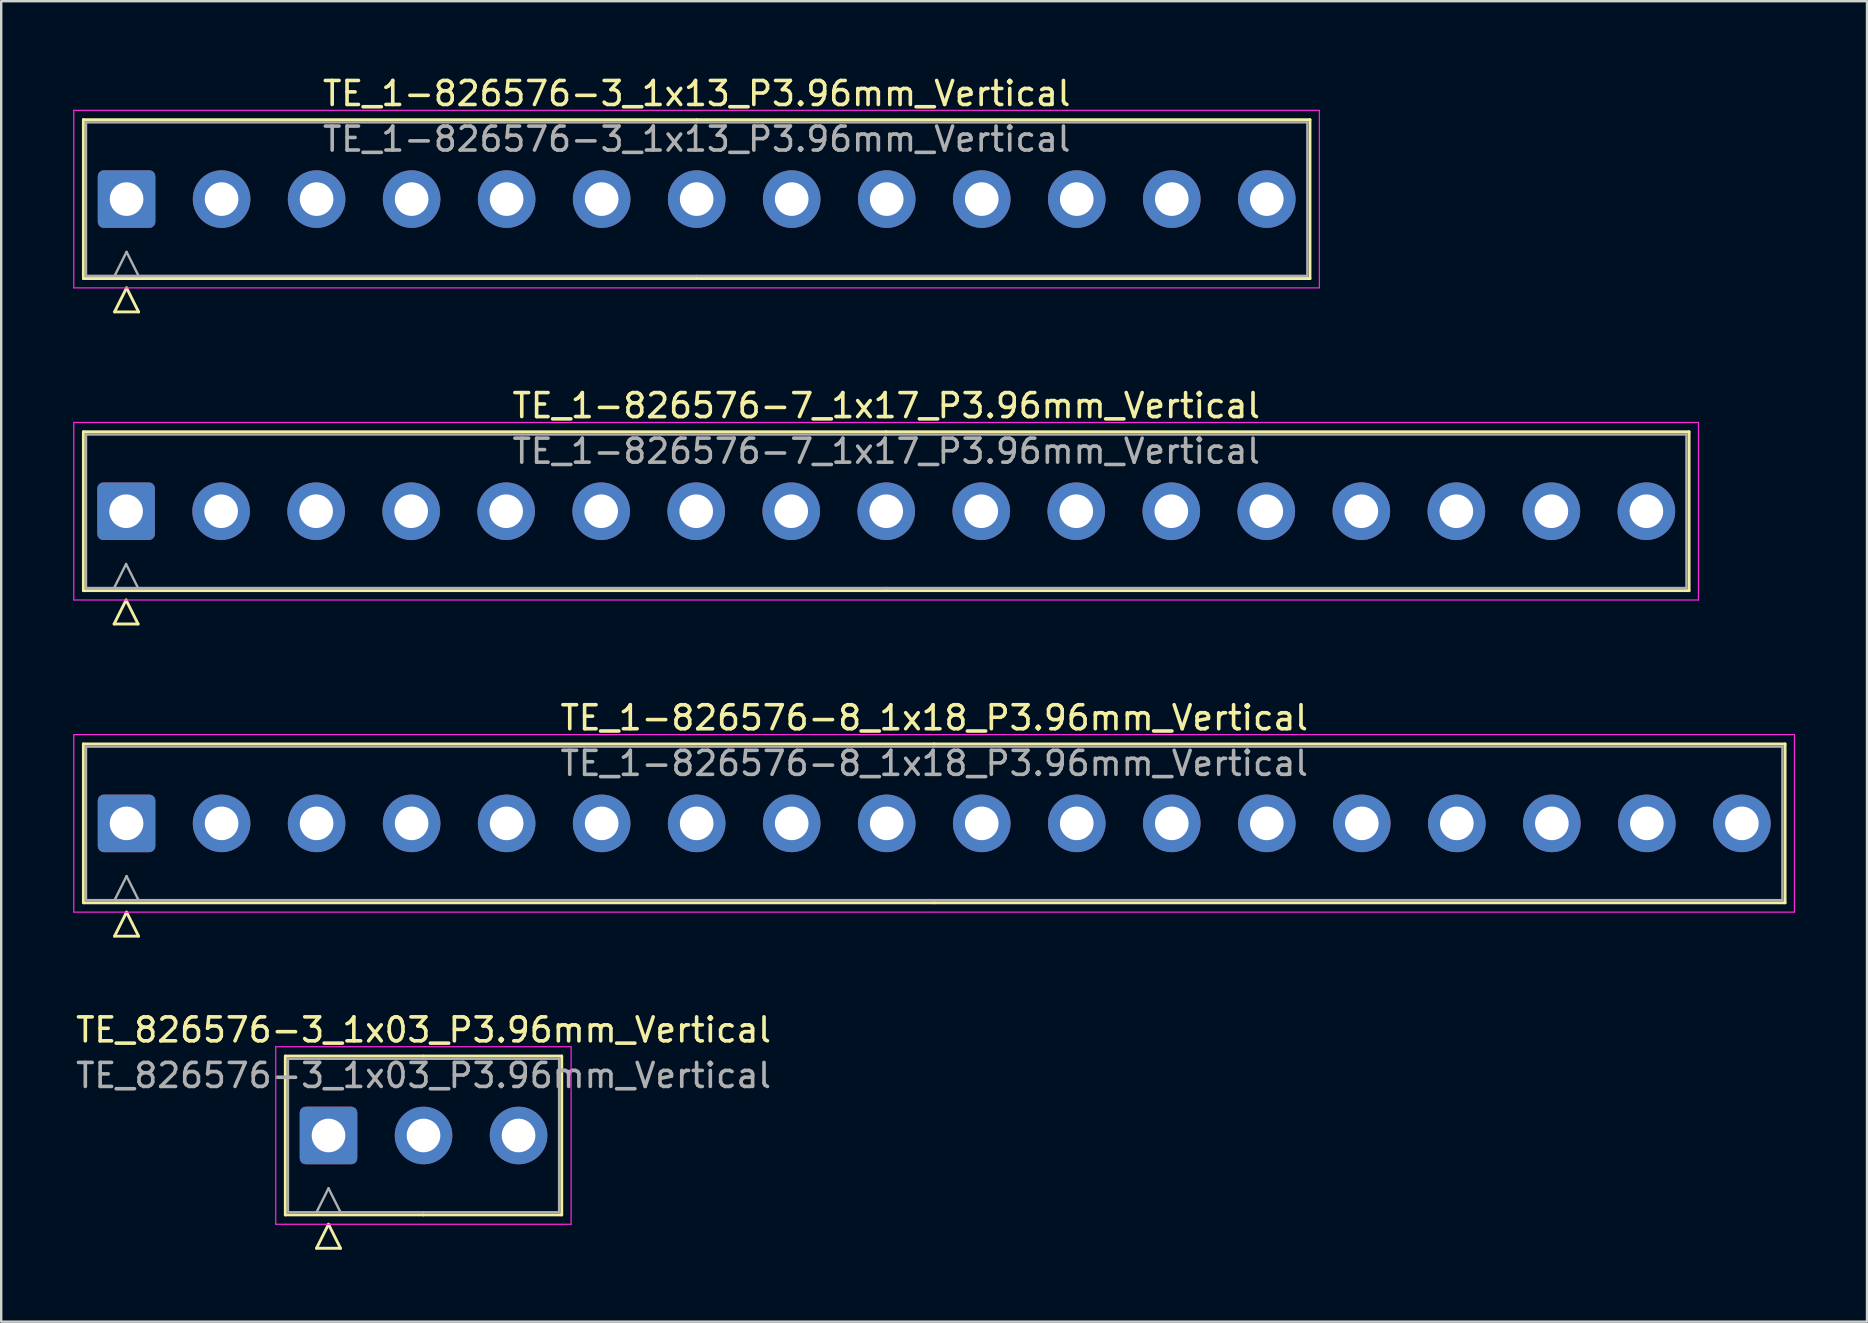
<source format=kicad_pcb>
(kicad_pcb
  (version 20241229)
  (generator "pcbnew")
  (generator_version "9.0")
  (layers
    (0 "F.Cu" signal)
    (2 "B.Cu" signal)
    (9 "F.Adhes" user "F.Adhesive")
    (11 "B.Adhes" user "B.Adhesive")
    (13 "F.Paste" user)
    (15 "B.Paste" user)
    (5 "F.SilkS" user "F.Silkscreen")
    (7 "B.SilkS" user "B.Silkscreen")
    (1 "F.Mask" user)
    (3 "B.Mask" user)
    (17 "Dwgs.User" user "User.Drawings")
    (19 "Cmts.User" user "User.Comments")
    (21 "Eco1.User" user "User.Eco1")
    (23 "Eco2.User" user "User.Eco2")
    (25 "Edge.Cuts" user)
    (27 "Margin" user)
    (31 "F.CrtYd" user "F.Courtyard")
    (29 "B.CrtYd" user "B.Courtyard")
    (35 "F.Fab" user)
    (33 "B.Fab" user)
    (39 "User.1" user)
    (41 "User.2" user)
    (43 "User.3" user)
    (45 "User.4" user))
  (footprint "TE_1-826576-8_1x18_P3.96mm_Vertical"
    (layer "F.Cu")
    (at 2.225 31.265)
    (property "Reference" "TE_1-826576-8_1x18_P3.96mm_Vertical" (at 33.66 -4.4 0) (layer "F.SilkS") (effects (font (size 1 1) (thickness 0.15))))
    (attr through_hole)
    (fp_line (start -1.8 -3.31) (end -1.8 3.31) (stroke (width 0.12) (type solid)) (layer "F.SilkS"))
    (fp_line (start -1.8 3.31) (end 33.66 3.31) (stroke (width 0.12) (type solid)) (layer "F.SilkS"))
    (fp_line (start -0.5 4.7) (end 0 3.7) (stroke (width 0.12) (type solid)) (layer "F.SilkS"))
    (fp_line (start 0 3.7) (end 0.5 4.7) (stroke (width 0.12) (type solid)) (layer "F.SilkS"))
    (fp_line (start 0.5 4.7) (end -0.5 4.7) (stroke (width 0.12) (type solid)) (layer "F.SilkS"))
    (fp_line (start 33.66 -3.31) (end -1.8 -3.31) (stroke (width 0.12) (type solid)) (layer "F.SilkS"))
    (fp_line (start 33.66 -3.31) (end 69.12 -3.31) (stroke (width 0.12) (type solid)) (layer "F.SilkS"))
    (fp_line (start 69.12 -3.31) (end 69.12 3.31) (stroke (width 0.12) (type solid)) (layer "F.SilkS"))
    (fp_line (start 69.12 3.31) (end 33.66 3.31) (stroke (width 0.12) (type solid)) (layer "F.SilkS"))
    (fp_line (start -2.2 -3.7) (end -2.2 3.7) (stroke (width 0.05) (type solid)) (layer "F.CrtYd"))
    (fp_line (start -2.2 3.7) (end 69.51 3.7) (stroke (width 0.05) (type solid)) (layer "F.CrtYd"))
    (fp_line (start 69.51 -3.7) (end -2.2 -3.7) (stroke (width 0.05) (type solid)) (layer "F.CrtYd"))
    (fp_line (start 69.51 3.7) (end 69.51 -3.7) (stroke (width 0.05) (type solid)) (layer "F.CrtYd"))
    (fp_line (start -1.69 -3.2) (end -1.69 3.2) (stroke (width 0.1) (type solid)) (layer "F.Fab"))
    (fp_line (start -1.69 3.2) (end 33.66 3.2) (stroke (width 0.1) (type solid)) (layer "F.Fab"))
    (fp_line (start -0.5 3.2) (end 0 2.2) (stroke (width 0.1) (type solid)) (layer "F.Fab"))
    (fp_line (start 0 2.2) (end 0.5 3.2) (stroke (width 0.1) (type solid)) (layer "F.Fab"))
    (fp_line (start 33.66 -3.2) (end -1.69 -3.2) (stroke (width 0.1) (type solid)) (layer "F.Fab"))
    (fp_line (start 33.66 -3.2) (end 69.01 -3.2) (stroke (width 0.1) (type solid)) (layer "F.Fab"))
    (fp_line (start 69.01 -3.2) (end 69.01 3.2) (stroke (width 0.1) (type solid)) (layer "F.Fab"))
    (fp_line (start 69.01 3.2) (end 33.66 3.2) (stroke (width 0.1) (type solid)) (layer "F.Fab"))
    (fp_text user "${REFERENCE}" (at 33.66 -2.5 0) (layer "F.Fab") (effects (font (size 1 1) (thickness 0.15))))
    (pad "1" thru_hole roundrect (at 0 0) (size 2.4 2.4) (drill 1.4) (layers "*.Cu" "*.Mask") (roundrect_rratio 0.104))
    (pad "2" thru_hole circle (at 3.96 0) (size 2.4 2.4) (drill 1.4) (layers "*.Cu" "*.Mask"))
    (pad "3" thru_hole circle (at 7.92 0) (size 2.4 2.4) (drill 1.4) (layers "*.Cu" "*.Mask"))
    (pad "4" thru_hole circle (at 11.88 0) (size 2.4 2.4) (drill 1.4) (layers "*.Cu" "*.Mask"))
    (pad "5" thru_hole circle (at 15.84 0) (size 2.4 2.4) (drill 1.4) (layers "*.Cu" "*.Mask"))
    (pad "6" thru_hole circle (at 19.8 0) (size 2.4 2.4) (drill 1.4) (layers "*.Cu" "*.Mask"))
    (pad "7" thru_hole circle (at 23.76 0) (size 2.4 2.4) (drill 1.4) (layers "*.Cu" "*.Mask"))
    (pad "8" thru_hole circle (at 27.72 0) (size 2.4 2.4) (drill 1.4) (layers "*.Cu" "*.Mask"))
    (pad "9" thru_hole circle (at 31.68 0) (size 2.4 2.4) (drill 1.4) (layers "*.Cu" "*.Mask"))
    (pad "10" thru_hole circle (at 35.64 0) (size 2.4 2.4) (drill 1.4) (layers "*.Cu" "*.Mask"))
    (pad "11" thru_hole circle (at 39.6 0) (size 2.4 2.4) (drill 1.4) (layers "*.Cu" "*.Mask"))
    (pad "12" thru_hole circle (at 43.56 0) (size 2.4 2.4) (drill 1.4) (layers "*.Cu" "*.Mask"))
    (pad "13" thru_hole circle (at 47.52 0) (size 2.4 2.4) (drill 1.4) (layers "*.Cu" "*.Mask"))
    (pad "14" thru_hole circle (at 51.48 0) (size 2.4 2.4) (drill 1.4) (layers "*.Cu" "*.Mask"))
    (pad "15" thru_hole circle (at 55.44 0) (size 2.4 2.4) (drill 1.4) (layers "*.Cu" "*.Mask"))
    (pad "16" thru_hole circle (at 59.4 0) (size 2.4 2.4) (drill 1.4) (layers "*.Cu" "*.Mask"))
    (pad "17" thru_hole circle (at 63.36 0) (size 2.4 2.4) (drill 1.4) (layers "*.Cu" "*.Mask"))
    (pad "18" thru_hole circle (at 67.32 0) (size 2.4 2.4) (drill 1.4) (layers "*.Cu" "*.Mask")))
  (footprint "TE_1-826576-3_1x13_P3.96mm_Vertical"
    (layer "F.Cu")
    (at 2.225 5.248)
    (property "Reference" "TE_1-826576-3_1x13_P3.96mm_Vertical" (at 23.76 -4.4 0) (layer "F.SilkS") (effects (font (size 1 1) (thickness 0.15))))
    (attr through_hole)
    (fp_line (start -1.8 -3.31) (end -1.8 3.31) (stroke (width 0.12) (type solid)) (layer "F.SilkS"))
    (fp_line (start -1.8 3.31) (end 23.76 3.31) (stroke (width 0.12) (type solid)) (layer "F.SilkS"))
    (fp_line (start -0.5 4.7) (end 0 3.7) (stroke (width 0.12) (type solid)) (layer "F.SilkS"))
    (fp_line (start 0 3.7) (end 0.5 4.7) (stroke (width 0.12) (type solid)) (layer "F.SilkS"))
    (fp_line (start 0.5 4.7) (end -0.5 4.7) (stroke (width 0.12) (type solid)) (layer "F.SilkS"))
    (fp_line (start 23.76 -3.31) (end -1.8 -3.31) (stroke (width 0.12) (type solid)) (layer "F.SilkS"))
    (fp_line (start 23.76 -3.31) (end 49.32 -3.31) (stroke (width 0.12) (type solid)) (layer "F.SilkS"))
    (fp_line (start 49.32 -3.31) (end 49.32 3.31) (stroke (width 0.12) (type solid)) (layer "F.SilkS"))
    (fp_line (start 49.32 3.31) (end 23.76 3.31) (stroke (width 0.12) (type solid)) (layer "F.SilkS"))
    (fp_line (start -2.2 -3.7) (end -2.2 3.7) (stroke (width 0.05) (type solid)) (layer "F.CrtYd"))
    (fp_line (start -2.2 3.7) (end 49.71 3.7) (stroke (width 0.05) (type solid)) (layer "F.CrtYd"))
    (fp_line (start 49.71 -3.7) (end -2.2 -3.7) (stroke (width 0.05) (type solid)) (layer "F.CrtYd"))
    (fp_line (start 49.71 3.7) (end 49.71 -3.7) (stroke (width 0.05) (type solid)) (layer "F.CrtYd"))
    (fp_line (start -1.69 -3.2) (end -1.69 3.2) (stroke (width 0.1) (type solid)) (layer "F.Fab"))
    (fp_line (start -1.69 3.2) (end 23.76 3.2) (stroke (width 0.1) (type solid)) (layer "F.Fab"))
    (fp_line (start -0.5 3.2) (end 0 2.2) (stroke (width 0.1) (type solid)) (layer "F.Fab"))
    (fp_line (start 0 2.2) (end 0.5 3.2) (stroke (width 0.1) (type solid)) (layer "F.Fab"))
    (fp_line (start 23.76 -3.2) (end -1.69 -3.2) (stroke (width 0.1) (type solid)) (layer "F.Fab"))
    (fp_line (start 23.76 -3.2) (end 49.21 -3.2) (stroke (width 0.1) (type solid)) (layer "F.Fab"))
    (fp_line (start 49.21 -3.2) (end 49.21 3.2) (stroke (width 0.1) (type solid)) (layer "F.Fab"))
    (fp_line (start 49.21 3.2) (end 23.76 3.2) (stroke (width 0.1) (type solid)) (layer "F.Fab"))
    (fp_text user "${REFERENCE}" (at 23.76 -2.5 0) (layer "F.Fab") (effects (font (size 1 1) (thickness 0.15))))
    (pad "1" thru_hole roundrect (at 0 0) (size 2.4 2.4) (drill 1.4) (layers "*.Cu" "*.Mask") (roundrect_rratio 0.104))
    (pad "2" thru_hole circle (at 3.96 0) (size 2.4 2.4) (drill 1.4) (layers "*.Cu" "*.Mask"))
    (pad "3" thru_hole circle (at 7.92 0) (size 2.4 2.4) (drill 1.4) (layers "*.Cu" "*.Mask"))
    (pad "4" thru_hole circle (at 11.88 0) (size 2.4 2.4) (drill 1.4) (layers "*.Cu" "*.Mask"))
    (pad "5" thru_hole circle (at 15.84 0) (size 2.4 2.4) (drill 1.4) (layers "*.Cu" "*.Mask"))
    (pad "6" thru_hole circle (at 19.8 0) (size 2.4 2.4) (drill 1.4) (layers "*.Cu" "*.Mask"))
    (pad "7" thru_hole circle (at 23.76 0) (size 2.4 2.4) (drill 1.4) (layers "*.Cu" "*.Mask"))
    (pad "8" thru_hole circle (at 27.72 0) (size 2.4 2.4) (drill 1.4) (layers "*.Cu" "*.Mask"))
    (pad "9" thru_hole circle (at 31.68 0) (size 2.4 2.4) (drill 1.4) (layers "*.Cu" "*.Mask"))
    (pad "10" thru_hole circle (at 35.64 0) (size 2.4 2.4) (drill 1.4) (layers "*.Cu" "*.Mask"))
    (pad "11" thru_hole circle (at 39.6 0) (size 2.4 2.4) (drill 1.4) (layers "*.Cu" "*.Mask"))
    (pad "12" thru_hole circle (at 43.56 0) (size 2.4 2.4) (drill 1.4) (layers "*.Cu" "*.Mask"))
    (pad "13" thru_hole circle (at 47.52 0) (size 2.4 2.4) (drill 1.4) (layers "*.Cu" "*.Mask")))
  (footprint "TE_1-826576-7_1x17_P3.96mm_Vertical"
    (layer "F.Cu")
    (at 2.205 18.256)
    (property "Reference" "TE_1-826576-7_1x17_P3.96mm_Vertical" (at 31.68 -4.4 0) (layer "F.SilkS") (effects (font (size 1 1) (thickness 0.15))))
    (attr through_hole)
    (fp_line (start -1.78 -3.31) (end -1.78 3.31) (stroke (width 0.12) (type solid)) (layer "F.SilkS"))
    (fp_line (start -1.78 3.31) (end 31.68 3.31) (stroke (width 0.12) (type solid)) (layer "F.SilkS"))
    (fp_line (start -0.5 4.7) (end 0 3.7) (stroke (width 0.12) (type solid)) (layer "F.SilkS"))
    (fp_line (start 0 3.7) (end 0.5 4.7) (stroke (width 0.12) (type solid)) (layer "F.SilkS"))
    (fp_line (start 0.5 4.7) (end -0.5 4.7) (stroke (width 0.12) (type solid)) (layer "F.SilkS"))
    (fp_line (start 31.68 -3.31) (end -1.78 -3.31) (stroke (width 0.12) (type solid)) (layer "F.SilkS"))
    (fp_line (start 31.68 -3.31) (end 65.14 -3.31) (stroke (width 0.12) (type solid)) (layer "F.SilkS"))
    (fp_line (start 65.14 -3.31) (end 65.14 3.31) (stroke (width 0.12) (type solid)) (layer "F.SilkS"))
    (fp_line (start 65.14 3.31) (end 31.68 3.31) (stroke (width 0.12) (type solid)) (layer "F.SilkS"))
    (fp_line (start -2.18 -3.7) (end -2.18 3.7) (stroke (width 0.05) (type solid)) (layer "F.CrtYd"))
    (fp_line (start -2.18 3.7) (end 65.53 3.7) (stroke (width 0.05) (type solid)) (layer "F.CrtYd"))
    (fp_line (start 65.53 -3.7) (end -2.18 -3.7) (stroke (width 0.05) (type solid)) (layer "F.CrtYd"))
    (fp_line (start 65.53 3.7) (end 65.53 -3.7) (stroke (width 0.05) (type solid)) (layer "F.CrtYd"))
    (fp_line (start -1.67 -3.2) (end -1.67 3.2) (stroke (width 0.1) (type solid)) (layer "F.Fab"))
    (fp_line (start -1.67 3.2) (end 31.68 3.2) (stroke (width 0.1) (type solid)) (layer "F.Fab"))
    (fp_line (start -0.5 3.2) (end 0 2.2) (stroke (width 0.1) (type solid)) (layer "F.Fab"))
    (fp_line (start 0 2.2) (end 0.5 3.2) (stroke (width 0.1) (type solid)) (layer "F.Fab"))
    (fp_line (start 31.68 -3.2) (end -1.67 -3.2) (stroke (width 0.1) (type solid)) (layer "F.Fab"))
    (fp_line (start 31.68 -3.2) (end 65.03 -3.2) (stroke (width 0.1) (type solid)) (layer "F.Fab"))
    (fp_line (start 65.03 -3.2) (end 65.03 3.2) (stroke (width 0.1) (type solid)) (layer "F.Fab"))
    (fp_line (start 65.03 3.2) (end 31.68 3.2) (stroke (width 0.1) (type solid)) (layer "F.Fab"))
    (fp_text user "${REFERENCE}" (at 31.68 -2.5 0) (layer "F.Fab") (effects (font (size 1 1) (thickness 0.15))))
    (pad "1" thru_hole roundrect (at 0 0) (size 2.4 2.4) (drill 1.4) (layers "*.Cu" "*.Mask") (roundrect_rratio 0.104))
    (pad "2" thru_hole circle (at 3.96 0) (size 2.4 2.4) (drill 1.4) (layers "*.Cu" "*.Mask"))
    (pad "3" thru_hole circle (at 7.92 0) (size 2.4 2.4) (drill 1.4) (layers "*.Cu" "*.Mask"))
    (pad "4" thru_hole circle (at 11.88 0) (size 2.4 2.4) (drill 1.4) (layers "*.Cu" "*.Mask"))
    (pad "5" thru_hole circle (at 15.84 0) (size 2.4 2.4) (drill 1.4) (layers "*.Cu" "*.Mask"))
    (pad "6" thru_hole circle (at 19.8 0) (size 2.4 2.4) (drill 1.4) (layers "*.Cu" "*.Mask"))
    (pad "7" thru_hole circle (at 23.76 0) (size 2.4 2.4) (drill 1.4) (layers "*.Cu" "*.Mask"))
    (pad "8" thru_hole circle (at 27.72 0) (size 2.4 2.4) (drill 1.4) (layers "*.Cu" "*.Mask"))
    (pad "9" thru_hole circle (at 31.68 0) (size 2.4 2.4) (drill 1.4) (layers "*.Cu" "*.Mask"))
    (pad "10" thru_hole circle (at 35.64 0) (size 2.4 2.4) (drill 1.4) (layers "*.Cu" "*.Mask"))
    (pad "11" thru_hole circle (at 39.6 0) (size 2.4 2.4) (drill 1.4) (layers "*.Cu" "*.Mask"))
    (pad "12" thru_hole circle (at 43.56 0) (size 2.4 2.4) (drill 1.4) (layers "*.Cu" "*.Mask"))
    (pad "13" thru_hole circle (at 47.52 0) (size 2.4 2.4) (drill 1.4) (layers "*.Cu" "*.Mask"))
    (pad "14" thru_hole circle (at 51.48 0) (size 2.4 2.4) (drill 1.4) (layers "*.Cu" "*.Mask"))
    (pad "15" thru_hole circle (at 55.44 0) (size 2.4 2.4) (drill 1.4) (layers "*.Cu" "*.Mask"))
    (pad "16" thru_hole circle (at 59.4 0) (size 2.4 2.4) (drill 1.4) (layers "*.Cu" "*.Mask"))
    (pad "17" thru_hole circle (at 63.36 0) (size 2.4 2.4) (drill 1.4) (layers "*.Cu" "*.Mask")))
  (footprint "TE_826576-3_1x03_P3.96mm_Vertical"
    (layer "F.Cu")
    (at 10.641 44.273)
    (property "Reference" "TE_826576-3_1x03_P3.96mm_Vertical" (at 3.96 -4.4 0) (layer "F.SilkS") (effects (font (size 1 1) (thickness 0.15))))
    (attr through_hole)
    (fp_line (start -1.8 -3.31) (end -1.8 3.31) (stroke (width 0.12) (type solid)) (layer "F.SilkS"))
    (fp_line (start -1.8 3.31) (end 3.96 3.31) (stroke (width 0.12) (type solid)) (layer "F.SilkS"))
    (fp_line (start -0.5 4.7) (end 0 3.7) (stroke (width 0.12) (type solid)) (layer "F.SilkS"))
    (fp_line (start 0 3.7) (end 0.5 4.7) (stroke (width 0.12) (type solid)) (layer "F.SilkS"))
    (fp_line (start 0.5 4.7) (end -0.5 4.7) (stroke (width 0.12) (type solid)) (layer "F.SilkS"))
    (fp_line (start 3.96 -3.31) (end -1.8 -3.31) (stroke (width 0.12) (type solid)) (layer "F.SilkS"))
    (fp_line (start 3.96 -3.31) (end 9.72 -3.31) (stroke (width 0.12) (type solid)) (layer "F.SilkS"))
    (fp_line (start 9.72 -3.31) (end 9.72 3.31) (stroke (width 0.12) (type solid)) (layer "F.SilkS"))
    (fp_line (start 9.72 3.31) (end 3.96 3.31) (stroke (width 0.12) (type solid)) (layer "F.SilkS"))
    (fp_line (start -2.2 -3.7) (end -2.2 3.7) (stroke (width 0.05) (type solid)) (layer "F.CrtYd"))
    (fp_line (start -2.2 3.7) (end 10.11 3.7) (stroke (width 0.05) (type solid)) (layer "F.CrtYd"))
    (fp_line (start 10.11 -3.7) (end -2.2 -3.7) (stroke (width 0.05) (type solid)) (layer "F.CrtYd"))
    (fp_line (start 10.11 3.7) (end 10.11 -3.7) (stroke (width 0.05) (type solid)) (layer "F.CrtYd"))
    (fp_line (start -1.69 -3.2) (end -1.69 3.2) (stroke (width 0.1) (type solid)) (layer "F.Fab"))
    (fp_line (start -1.69 3.2) (end 3.96 3.2) (stroke (width 0.1) (type solid)) (layer "F.Fab"))
    (fp_line (start -0.5 3.2) (end 0 2.2) (stroke (width 0.1) (type solid)) (layer "F.Fab"))
    (fp_line (start 0 2.2) (end 0.5 3.2) (stroke (width 0.1) (type solid)) (layer "F.Fab"))
    (fp_line (start 3.96 -3.2) (end -1.69 -3.2) (stroke (width 0.1) (type solid)) (layer "F.Fab"))
    (fp_line (start 3.96 -3.2) (end 9.61 -3.2) (stroke (width 0.1) (type solid)) (layer "F.Fab"))
    (fp_line (start 9.61 -3.2) (end 9.61 3.2) (stroke (width 0.1) (type solid)) (layer "F.Fab"))
    (fp_line (start 9.61 3.2) (end 3.96 3.2) (stroke (width 0.1) (type solid)) (layer "F.Fab"))
    (fp_text user "${REFERENCE}" (at 3.96 -2.5 0) (layer "F.Fab") (effects (font (size 1 1) (thickness 0.15))))
    (pad "1" thru_hole roundrect (at 0 0) (size 2.4 2.4) (drill 1.4) (layers "*.Cu" "*.Mask") (roundrect_rratio 0.104))
    (pad "2" thru_hole circle (at 3.96 0) (size 2.4 2.4) (drill 1.4) (layers "*.Cu" "*.Mask"))
    (pad "3" thru_hole circle (at 7.92 0) (size 2.4 2.4) (drill 1.4) (layers "*.Cu" "*.Mask")))
  (gr_rect
    (start -3 -3)
    (end 74.76 52.033)
    (stroke (width 0.1) (type default))
    (fill no)
    (layer "Edge.Cuts")))
</source>
